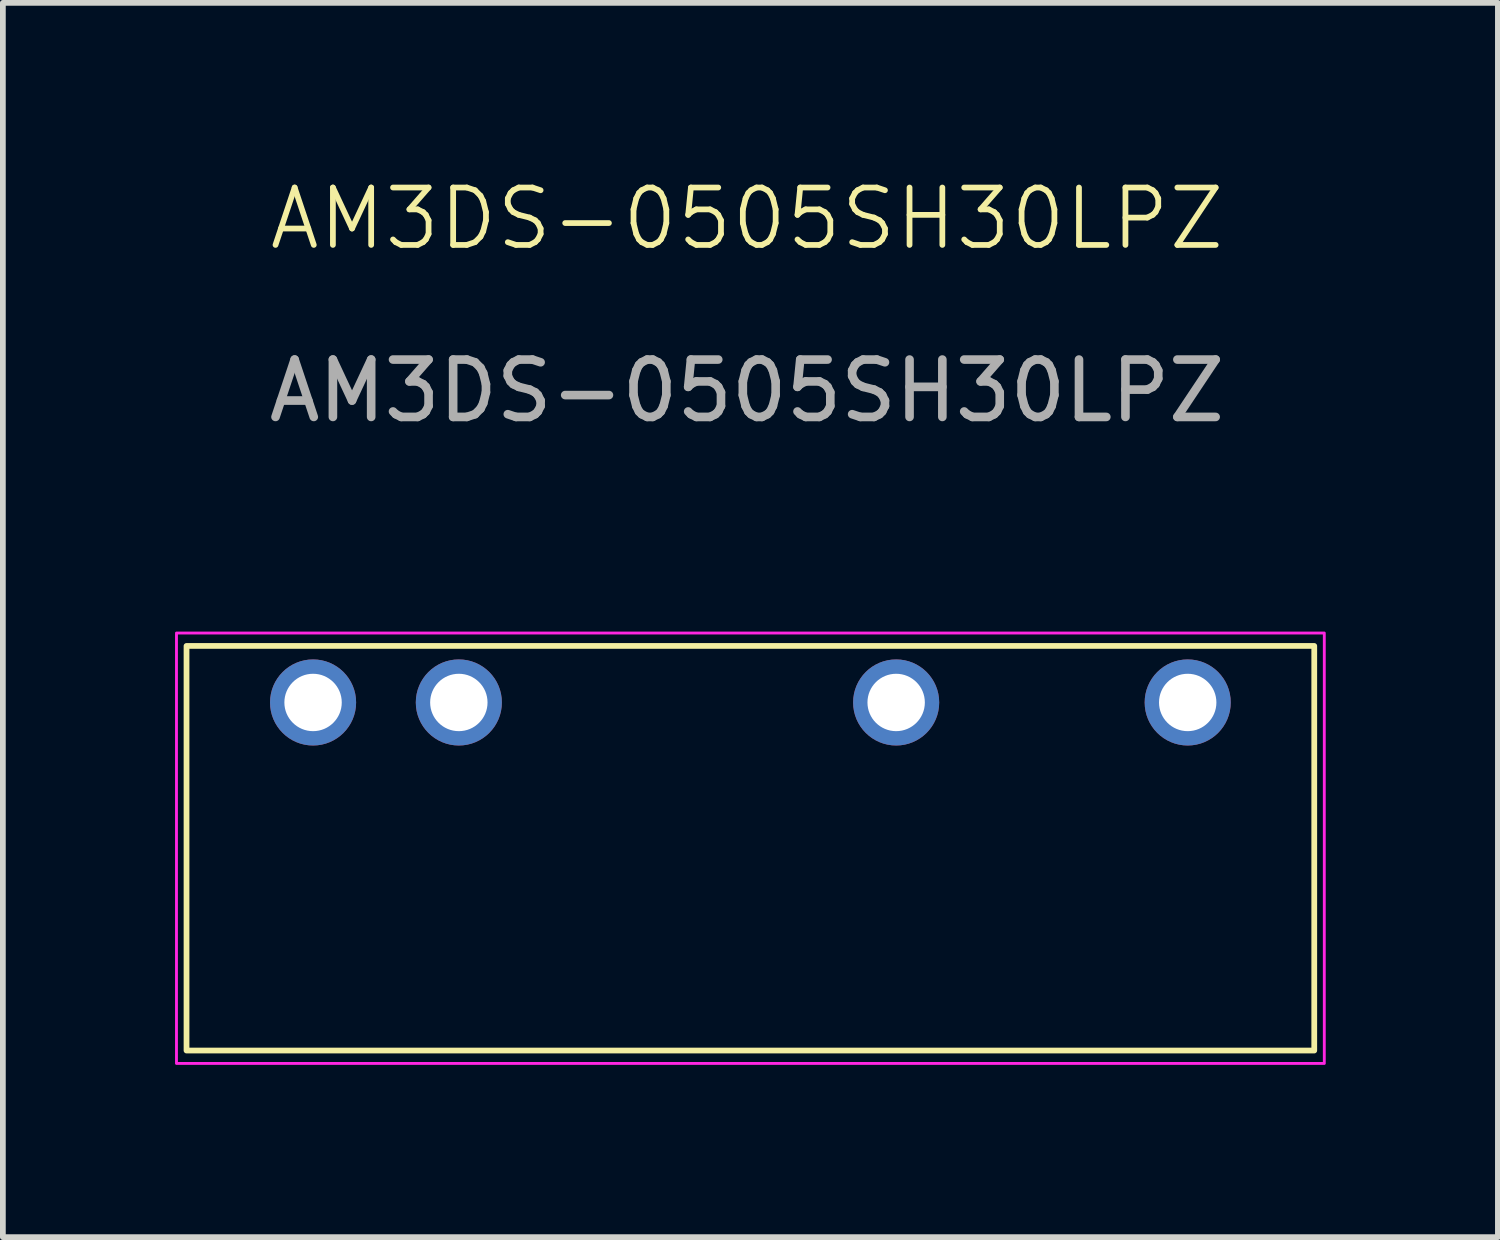
<source format=kicad_pcb>
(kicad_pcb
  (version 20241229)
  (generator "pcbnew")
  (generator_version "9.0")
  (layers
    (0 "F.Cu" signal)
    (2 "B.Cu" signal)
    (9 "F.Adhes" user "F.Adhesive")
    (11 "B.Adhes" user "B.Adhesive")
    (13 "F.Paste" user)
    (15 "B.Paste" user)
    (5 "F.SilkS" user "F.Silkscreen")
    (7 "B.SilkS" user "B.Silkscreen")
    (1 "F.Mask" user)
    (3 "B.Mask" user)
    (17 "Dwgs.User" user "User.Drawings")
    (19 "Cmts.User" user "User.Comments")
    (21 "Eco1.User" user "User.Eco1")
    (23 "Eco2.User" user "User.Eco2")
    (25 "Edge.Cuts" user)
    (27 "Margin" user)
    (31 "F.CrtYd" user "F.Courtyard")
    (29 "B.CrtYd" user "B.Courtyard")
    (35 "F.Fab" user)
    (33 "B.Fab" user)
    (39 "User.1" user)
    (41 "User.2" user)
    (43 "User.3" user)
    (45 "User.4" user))
  (footprint "AM3DS-0505SH30LPZ"
    (layer "F.Cu")
    (at 10.025 11.73)
    (property "Reference" "AM3DS-0505SH30LPZ" (at -0.06 -10.97 0) (unlocked yes) (layer "F.SilkS") (effects (font (size 1 1) (thickness 0.1))))
    (attr through_hole)
    (fp_rect (start -9.825 -3.525) (end 9.825 3.525) (stroke (width 0.1) (type solid)) (fill no) (layer "F.SilkS"))
    (fp_rect (start -10 -3.75) (end 10 3.75) (stroke (width 0.05) (type solid)) (fill no) (layer "F.CrtYd"))
    (fp_text user "${REFERENCE}" (at -0.06 -7.97 0) (unlocked yes) (layer "F.Fab") (effects (font (size 1 1) (thickness 0.15))))
    (pad "1" thru_hole circle (at -7.62 -2.54) (size 1.5 1.5) (drill 1) (layers "*.Cu" "*.Mask"))
    (pad "2" thru_hole circle (at -5.08 -2.54) (size 1.5 1.5) (drill 1) (layers "*.Cu" "*.Mask"))
    (pad "5" thru_hole circle (at 2.54 -2.54) (size 1.5 1.5) (drill 1) (layers "*.Cu" "*.Mask"))
    (pad "7" thru_hole circle (at 7.62 -2.54) (size 1.5 1.5) (drill 1) (layers "*.Cu" "*.Mask")))
  (gr_rect
    (start -3 -3)
    (end 23.05 18.506)
    (stroke (width 0.1) (type default))
    (fill no)
    (layer "Edge.Cuts")))
</source>
